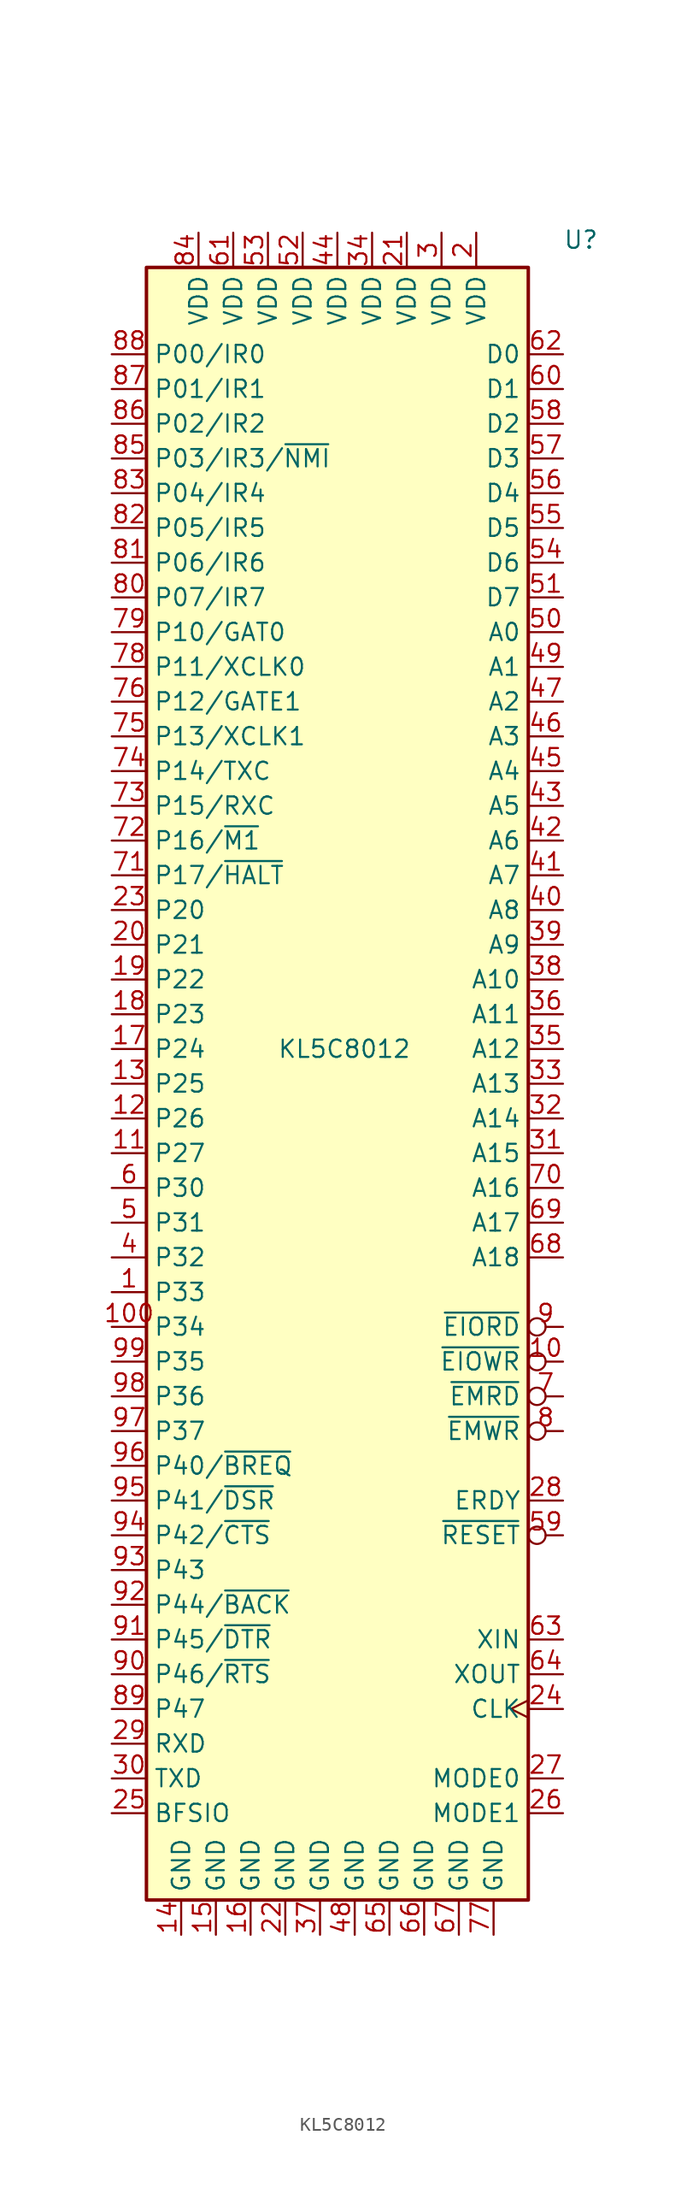
<source format=kicad_sym>
(kicad_symbol_lib
  (version 20231120)
  (generator "kicad_symbol_editor")
  (generator_version "8.0")
  (symbol "KL5C8012"
    (property "Reference" "U"
      (at 16.51 60.96 0)
      (effects (font (size 1.27 1.27)) (justify left bottom)))
    (property "Value" "KL5C8012"
      (at 0.508 2.54 0)
      (effects (font (size 1.27 1.27))))
    (symbol "KL5C8012_0_1"
      (rectangle (start -13.97 59.69) (end 13.97 -59.69) (stroke (width 0.254) (type default)) (fill (type background))))
    (symbol "KL5C8012_1_0"
      (pin bidirectional line (at -16.51 -15.24 0) (length 2.54) (name "P33" (effects (font (size 1.27 1.27)))) (number "1" (effects (font (size 1.27 1.27)))))
      (pin bidirectional line (at -16.51 -17.78 0) (length 2.54) (name "P34" (effects (font (size 1.27 1.27)))) (number "100" (effects (font (size 1.27 1.27)))))
      (pin bidirectional line (at -16.51 -5.08 0) (length 2.54) (name "P27" (effects (font (size 1.27 1.27)))) (number "11" (effects (font (size 1.27 1.27)))))
      (pin bidirectional line (at -16.51 -2.54 0) (length 2.54) (name "P26" (effects (font (size 1.27 1.27)))) (number "12" (effects (font (size 1.27 1.27)))))
      (pin bidirectional line (at -16.51 0 0) (length 2.54) (name "P25" (effects (font (size 1.27 1.27)))) (number "13" (effects (font (size 1.27 1.27)))))
      (pin power_in line (at -11.43 -62.23 90) (length 2.54) (name "GND" (effects (font (size 1.27 1.27)))) (number "14" (effects (font (size 1.27 1.27)))))
      (pin power_in line (at -8.89 -62.23 90) (length 2.54) (name "GND" (effects (font (size 1.27 1.27)))) (number "15" (effects (font (size 1.27 1.27)))))
      (pin power_in line (at -6.35 -62.23 90) (length 2.54) (name "GND" (effects (font (size 1.27 1.27)))) (number "16" (effects (font (size 1.27 1.27)))))
      (pin bidirectional line (at -16.51 2.54 0) (length 2.54) (name "P24" (effects (font (size 1.27 1.27)))) (number "17" (effects (font (size 1.27 1.27)))))
      (pin bidirectional line (at -16.51 5.08 0) (length 2.54) (name "P23" (effects (font (size 1.27 1.27)))) (number "18" (effects (font (size 1.27 1.27)))))
      (pin bidirectional line (at -16.51 7.62 0) (length 2.54) (name "P22" (effects (font (size 1.27 1.27)))) (number "19" (effects (font (size 1.27 1.27)))))
      (pin power_in line (at 10.16 62.23 270) (length 2.54) (name "VDD" (effects (font (size 1.27 1.27)))) (number "2" (effects (font (size 1.27 1.27)))))
      (pin bidirectional line (at -16.51 10.16 0) (length 2.54) (name "P21" (effects (font (size 1.27 1.27)))) (number "20" (effects (font (size 1.27 1.27)))))
      (pin power_in line (at 5.08 62.23 270) (length 2.54) (name "VDD" (effects (font (size 1.27 1.27)))) (number "21" (effects (font (size 1.27 1.27)))))
      (pin power_in line (at -3.81 -62.23 90) (length 2.54) (name "GND" (effects (font (size 1.27 1.27)))) (number "22" (effects (font (size 1.27 1.27)))))
      (pin bidirectional line (at -16.51 12.7 0) (length 2.54) (name "P20" (effects (font (size 1.27 1.27)))) (number "23" (effects (font (size 1.27 1.27)))))
      (pin bidirectional line (at -16.51 -53.34 0) (length 2.54) (name "BFSIO" (effects (font (size 1.27 1.27)))) (number "25" (effects (font (size 1.27 1.27)))))
      (pin input line (at 16.51 -53.34 180) (length 2.54) (name "MODE1" (effects (font (size 1.27 1.27)))) (number "26" (effects (font (size 1.27 1.27)))))
      (pin input line (at 16.51 -50.8 180) (length 2.54) (name "MODE0" (effects (font (size 1.27 1.27)))) (number "27" (effects (font (size 1.27 1.27)))))
      (pin input line (at -16.51 -48.26 0) (length 2.54) (name "RXD" (effects (font (size 1.27 1.27)))) (number "29" (effects (font (size 1.27 1.27)))))
      (pin output line (at -16.51 -50.8 0) (length 2.54) (name "TXD" (effects (font (size 1.27 1.27)))) (number "30" (effects (font (size 1.27 1.27)))))
      (pin power_in line (at 2.54 62.23 270) (length 2.54) (name "VDD" (effects (font (size 1.27 1.27)))) (number "34" (effects (font (size 1.27 1.27)))))
      (pin power_in line (at -1.27 -62.23 90) (length 2.54) (name "GND" (effects (font (size 1.27 1.27)))) (number "37" (effects (font (size 1.27 1.27)))))
      (pin bidirectional line (at -16.51 -12.7 0) (length 2.54) (name "P32" (effects (font (size 1.27 1.27)))) (number "4" (effects (font (size 1.27 1.27)))))
      (pin power_in line (at 0 62.23 270) (length 2.54) (name "VDD" (effects (font (size 1.27 1.27)))) (number "44" (effects (font (size 1.27 1.27)))))
      (pin power_in line (at 1.27 -62.23 90) (length 2.54) (name "GND" (effects (font (size 1.27 1.27)))) (number "48" (effects (font (size 1.27 1.27)))))
      (pin bidirectional line (at -16.51 -10.16 0) (length 2.54) (name "P31" (effects (font (size 1.27 1.27)))) (number "5" (effects (font (size 1.27 1.27)))))
      (pin power_in line (at -2.54 62.23 270) (length 2.54) (name "VDD" (effects (font (size 1.27 1.27)))) (number "52" (effects (font (size 1.27 1.27)))))
      (pin power_in line (at -5.08 62.23 270) (length 2.54) (name "VDD" (effects (font (size 1.27 1.27)))) (number "53" (effects (font (size 1.27 1.27)))))
      (pin bidirectional line (at -16.51 -7.62 0) (length 2.54) (name "P30" (effects (font (size 1.27 1.27)))) (number "6" (effects (font (size 1.27 1.27)))))
      (pin power_in line (at -7.62 62.23 270) (length 2.54) (name "VDD" (effects (font (size 1.27 1.27)))) (number "61" (effects (font (size 1.27 1.27)))))
      (pin input line (at 16.51 -40.64 180) (length 2.54) (name "XIN" (effects (font (size 1.27 1.27)))) (number "63" (effects (font (size 1.27 1.27)))))
      (pin output line (at 16.51 -43.18 180) (length 2.54) (name "XOUT" (effects (font (size 1.27 1.27)))) (number "64" (effects (font (size 1.27 1.27)))))
      (pin power_in line (at 3.81 -62.23 90) (length 2.54) (name "GND" (effects (font (size 1.27 1.27)))) (number "65" (effects (font (size 1.27 1.27)))))
      (pin power_in line (at 6.35 -62.23 90) (length 2.54) (name "GND" (effects (font (size 1.27 1.27)))) (number "66" (effects (font (size 1.27 1.27)))))
      (pin power_in line (at 8.89 -62.23 90) (length 2.54) (name "GND" (effects (font (size 1.27 1.27)))) (number "67" (effects (font (size 1.27 1.27)))))
      (pin output line (at 16.51 -12.7 180) (length 2.54) (name "A18" (effects (font (size 1.27 1.27)))) (number "68" (effects (font (size 1.27 1.27)))))
      (pin output line (at 16.51 -10.16 180) (length 2.54) (name "A17" (effects (font (size 1.27 1.27)))) (number "69" (effects (font (size 1.27 1.27)))))
      (pin output line (at 16.51 -7.62 180) (length 2.54) (name "A16" (effects (font (size 1.27 1.27)))) (number "70" (effects (font (size 1.27 1.27)))))
      (pin bidirectional line (at -16.51 20.32 0) (length 2.54) (name "P15/RXC" (effects (font (size 1.27 1.27)))) (number "73" (effects (font (size 1.27 1.27)))))
      (pin bidirectional line (at -16.51 22.86 0) (length 2.54) (name "P14/TXC" (effects (font (size 1.27 1.27)))) (number "74" (effects (font (size 1.27 1.27)))))
      (pin bidirectional line (at -16.51 25.4 0) (length 2.54) (name "P13/XCLK1" (effects (font (size 1.27 1.27)))) (number "75" (effects (font (size 1.27 1.27)))))
      (pin bidirectional line (at -16.51 27.94 0) (length 2.54) (name "P12/GATE1" (effects (font (size 1.27 1.27)))) (number "76" (effects (font (size 1.27 1.27)))))
      (pin power_in line (at 11.43 -62.23 90) (length 2.54) (name "GND" (effects (font (size 1.27 1.27)))) (number "77" (effects (font (size 1.27 1.27)))))
      (pin bidirectional line (at -16.51 30.48 0) (length 2.54) (name "P11/XCLK0" (effects (font (size 1.27 1.27)))) (number "78" (effects (font (size 1.27 1.27)))))
      (pin bidirectional line (at -16.51 33.02 0) (length 2.54) (name "P10/GAT0" (effects (font (size 1.27 1.27)))) (number "79" (effects (font (size 1.27 1.27)))))
      (pin bidirectional line (at -16.51 35.56 0) (length 2.54) (name "P07/IR7" (effects (font (size 1.27 1.27)))) (number "80" (effects (font (size 1.27 1.27)))))
      (pin bidirectional line (at -16.51 38.1 0) (length 2.54) (name "P06/IR6" (effects (font (size 1.27 1.27)))) (number "81" (effects (font (size 1.27 1.27)))))
      (pin bidirectional line (at -16.51 40.64 0) (length 2.54) (name "P05/IR5" (effects (font (size 1.27 1.27)))) (number "82" (effects (font (size 1.27 1.27)))))
      (pin bidirectional line (at -16.51 43.18 0) (length 2.54) (name "P04/IR4" (effects (font (size 1.27 1.27)))) (number "83" (effects (font (size 1.27 1.27)))))
      (pin power_in line (at -10.16 62.23 270) (length 2.54) (name "VDD" (effects (font (size 1.27 1.27)))) (number "84" (effects (font (size 1.27 1.27)))))
      (pin bidirectional line (at -16.51 48.26 0) (length 2.54) (name "P02/IR2" (effects (font (size 1.27 1.27)))) (number "86" (effects (font (size 1.27 1.27)))))
      (pin bidirectional line (at -16.51 50.8 0) (length 2.54) (name "P01/IR1" (effects (font (size 1.27 1.27)))) (number "87" (effects (font (size 1.27 1.27)))))
      (pin bidirectional line (at -16.51 53.34 0) (length 2.54) (name "P00/IR0" (effects (font (size 1.27 1.27)))) (number "88" (effects (font (size 1.27 1.27)))))
      (pin bidirectional line (at -16.51 -45.72 0) (length 2.54) (name "P47" (effects (font (size 1.27 1.27)))) (number "89" (effects (font (size 1.27 1.27)))))
      (pin bidirectional line (at -16.51 -43.18 0) (length 2.54) (name "P46/~{RTS}" (effects (font (size 1.27 1.27)))) (number "90" (effects (font (size 1.27 1.27)))))
      (pin bidirectional line (at -16.51 -40.64 0) (length 2.54) (name "P45/~{DTR}" (effects (font (size 1.27 1.27)))) (number "91" (effects (font (size 1.27 1.27)))))
      (pin bidirectional line (at -16.51 -35.56 0) (length 2.54) (name "P43" (effects (font (size 1.27 1.27)))) (number "93" (effects (font (size 1.27 1.27)))))
      (pin bidirectional line (at -16.51 -33.02 0) (length 2.54) (name "P42/~{CTS}" (effects (font (size 1.27 1.27)))) (number "94" (effects (font (size 1.27 1.27)))))
      (pin bidirectional line (at -16.51 -30.48 0) (length 2.54) (name "P41/~{DSR}" (effects (font (size 1.27 1.27)))) (number "95" (effects (font (size 1.27 1.27)))))
      (pin bidirectional line (at -16.51 -25.4 0) (length 2.54) (name "P37" (effects (font (size 1.27 1.27)))) (number "97" (effects (font (size 1.27 1.27)))))
      (pin bidirectional line (at -16.51 -22.86 0) (length 2.54) (name "P36" (effects (font (size 1.27 1.27)))) (number "98" (effects (font (size 1.27 1.27)))))
      (pin bidirectional line (at -16.51 -20.32 0) (length 2.54) (name "P35" (effects (font (size 1.27 1.27)))) (number "99" (effects (font (size 1.27 1.27))))))
    (symbol "KL5C8012_1_1"
      (pin output inverted (at 16.51 -20.32 180) (length 2.54) (name "~{EIOWR}" (effects (font (size 1.27 1.27)))) (number "10" (effects (font (size 1.27 1.27)))))
      (pin output clock (at 16.51 -45.72 180) (length 2.54) (name "CLK" (effects (font (size 1.27 1.27)))) (number "24" (effects (font (size 1.27 1.27)))))
      (pin input line (at 16.51 -30.48 180) (length 2.54) (name "ERDY" (effects (font (size 1.27 1.27)))) (number "28" (effects (font (size 1.27 1.27)))))
      (pin power_in line (at 7.62 62.23 270) (length 2.54) (name "VDD" (effects (font (size 1.27 1.27)))) (number "3" (effects (font (size 1.27 1.27)))))
      (pin output line (at 16.51 -5.08 180) (length 2.54) (name "A15" (effects (font (size 1.27 1.27)))) (number "31" (effects (font (size 1.27 1.27)))))
      (pin output line (at 16.51 -2.54 180) (length 2.54) (name "A14" (effects (font (size 1.27 1.27)))) (number "32" (effects (font (size 1.27 1.27)))))
      (pin output line (at 16.51 0 180) (length 2.54) (name "A13" (effects (font (size 1.27 1.27)))) (number "33" (effects (font (size 1.27 1.27)))))
      (pin output line (at 16.51 2.54 180) (length 2.54) (name "A12" (effects (font (size 1.27 1.27)))) (number "35" (effects (font (size 1.27 1.27)))))
      (pin output line (at 16.51 5.08 180) (length 2.54) (name "A11" (effects (font (size 1.27 1.27)))) (number "36" (effects (font (size 1.27 1.27)))))
      (pin output line (at 16.51 7.62 180) (length 2.54) (name "A10" (effects (font (size 1.27 1.27)))) (number "38" (effects (font (size 1.27 1.27)))))
      (pin output line (at 16.51 10.16 180) (length 2.54) (name "A9" (effects (font (size 1.27 1.27)))) (number "39" (effects (font (size 1.27 1.27)))))
      (pin output line (at 16.51 12.7 180) (length 2.54) (name "A8" (effects (font (size 1.27 1.27)))) (number "40" (effects (font (size 1.27 1.27)))))
      (pin output line (at 16.51 15.24 180) (length 2.54) (name "A7" (effects (font (size 1.27 1.27)))) (number "41" (effects (font (size 1.27 1.27)))))
      (pin output line (at 16.51 17.78 180) (length 2.54) (name "A6" (effects (font (size 1.27 1.27)))) (number "42" (effects (font (size 1.27 1.27)))))
      (pin output line (at 16.51 20.32 180) (length 2.54) (name "A5" (effects (font (size 1.27 1.27)))) (number "43" (effects (font (size 1.27 1.27)))))
      (pin output line (at 16.51 22.86 180) (length 2.54) (name "A4" (effects (font (size 1.27 1.27)))) (number "45" (effects (font (size 1.27 1.27)))))
      (pin output line (at 16.51 25.4 180) (length 2.54) (name "A3" (effects (font (size 1.27 1.27)))) (number "46" (effects (font (size 1.27 1.27)))))
      (pin output line (at 16.51 27.94 180) (length 2.54) (name "A2" (effects (font (size 1.27 1.27)))) (number "47" (effects (font (size 1.27 1.27)))))
      (pin output line (at 16.51 30.48 180) (length 2.54) (name "A1" (effects (font (size 1.27 1.27)))) (number "49" (effects (font (size 1.27 1.27)))))
      (pin output line (at 16.51 33.02 180) (length 2.54) (name "A0" (effects (font (size 1.27 1.27)))) (number "50" (effects (font (size 1.27 1.27)))))
      (pin bidirectional line (at 16.51 35.56 180) (length 2.54) (name "D7" (effects (font (size 1.27 1.27)))) (number "51" (effects (font (size 1.27 1.27)))))
      (pin bidirectional line (at 16.51 38.1 180) (length 2.54) (name "D6" (effects (font (size 1.27 1.27)))) (number "54" (effects (font (size 1.27 1.27)))))
      (pin bidirectional line (at 16.51 40.64 180) (length 2.54) (name "D5" (effects (font (size 1.27 1.27)))) (number "55" (effects (font (size 1.27 1.27)))))
      (pin bidirectional line (at 16.51 43.18 180) (length 2.54) (name "D4" (effects (font (size 1.27 1.27)))) (number "56" (effects (font (size 1.27 1.27)))))
      (pin bidirectional line (at 16.51 45.72 180) (length 2.54) (name "D3" (effects (font (size 1.27 1.27)))) (number "57" (effects (font (size 1.27 1.27)))))
      (pin bidirectional line (at 16.51 48.26 180) (length 2.54) (name "D2" (effects (font (size 1.27 1.27)))) (number "58" (effects (font (size 1.27 1.27)))))
      (pin input inverted (at 16.51 -33.02 180) (length 2.54) (name "~{RESET}" (effects (font (size 1.27 1.27)))) (number "59" (effects (font (size 1.27 1.27)))))
      (pin bidirectional line (at 16.51 50.8 180) (length 2.54) (name "D1" (effects (font (size 1.27 1.27)))) (number "60" (effects (font (size 1.27 1.27)))))
      (pin bidirectional line (at 16.51 53.34 180) (length 2.54) (name "D0" (effects (font (size 1.27 1.27)))) (number "62" (effects (font (size 1.27 1.27)))))
      (pin output inverted (at 16.51 -22.86 180) (length 2.54) (name "~{EMRD}" (effects (font (size 1.27 1.27)))) (number "7" (effects (font (size 1.27 1.27)))))
      (pin bidirectional line (at -16.51 15.24 0) (length 2.54) (name "P17/~{HALT}" (effects (font (size 1.27 1.27)))) (number "71" (effects (font (size 1.27 1.27)))))
      (pin bidirectional line (at -16.51 17.78 0) (length 2.54) (name "P16/~{M1}" (effects (font (size 1.27 1.27)))) (number "72" (effects (font (size 1.27 1.27)))))
      (pin output inverted (at 16.51 -25.4 180) (length 2.54) (name "~{EMWR}" (effects (font (size 1.27 1.27)))) (number "8" (effects (font (size 1.27 1.27)))))
      (pin bidirectional line (at -16.51 45.72 0) (length 2.54) (name "P03/IR3/~{NMI}" (effects (font (size 1.27 1.27)))) (number "85" (effects (font (size 1.27 1.27)))))
      (pin output inverted (at 16.51 -17.78 180) (length 2.54) (name "~{EIORD}" (effects (font (size 1.27 1.27)))) (number "9" (effects (font (size 1.27 1.27)))))
      (pin bidirectional line (at -16.51 -38.1 0) (length 2.54) (name "P44/~{BACK}" (effects (font (size 1.27 1.27)))) (number "92" (effects (font (size 1.27 1.27)))))
      (pin bidirectional line (at -16.51 -27.94 0) (length 2.54) (name "P40/~{BREQ}" (effects (font (size 1.27 1.27)))) (number "96" (effects (font (size 1.27 1.27))))))))
</source>
